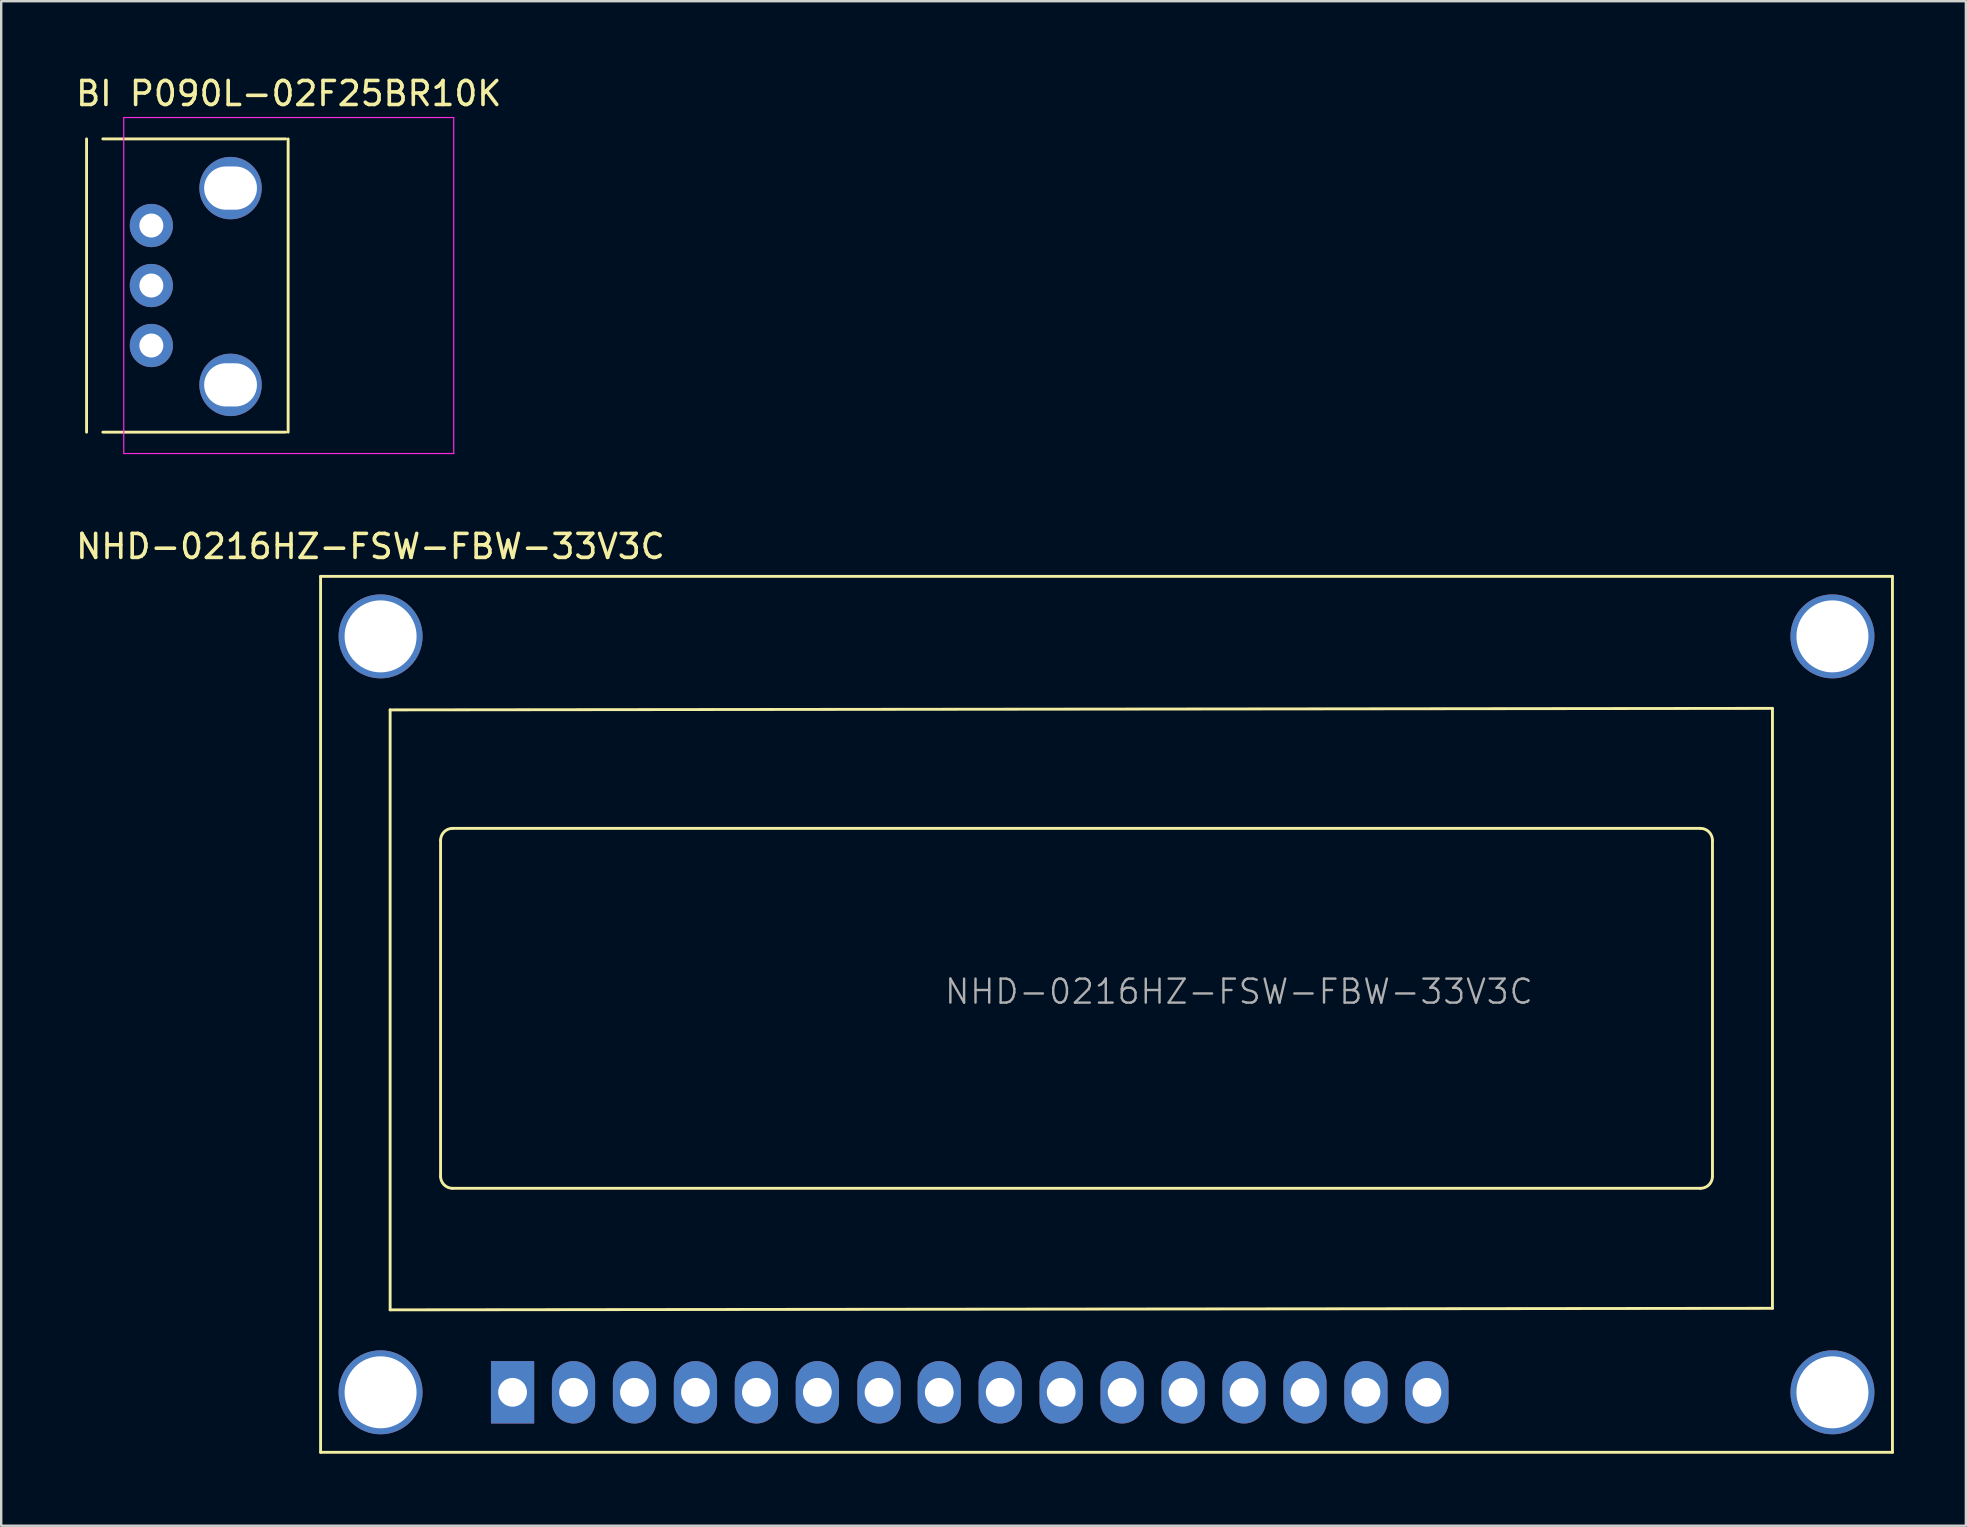
<source format=kicad_pcb>
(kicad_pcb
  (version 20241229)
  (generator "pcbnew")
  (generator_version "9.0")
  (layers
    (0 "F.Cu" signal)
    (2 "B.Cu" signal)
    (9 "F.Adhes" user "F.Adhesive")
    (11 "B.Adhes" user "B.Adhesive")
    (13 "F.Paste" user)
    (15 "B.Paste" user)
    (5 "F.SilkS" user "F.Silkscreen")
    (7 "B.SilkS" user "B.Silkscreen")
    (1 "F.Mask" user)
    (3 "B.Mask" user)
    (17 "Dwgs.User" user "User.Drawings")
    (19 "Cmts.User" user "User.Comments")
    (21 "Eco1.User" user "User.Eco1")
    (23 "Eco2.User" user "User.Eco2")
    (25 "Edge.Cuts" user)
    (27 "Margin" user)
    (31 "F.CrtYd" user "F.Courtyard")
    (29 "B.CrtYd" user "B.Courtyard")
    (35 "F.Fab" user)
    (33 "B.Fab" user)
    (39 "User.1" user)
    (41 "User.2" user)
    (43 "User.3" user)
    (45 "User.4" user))
  (footprint "NHD-0216HZ-FSW-FBW-33V3C"
    (layer "F.Cu")
    (at 12.809 23.468)
    (property "Reference" "NHD-0216HZ-FSW-FBW-33V3C" (at -0.422 -3.747 0) (layer "F.SilkS") (effects (font (size 1 1) (thickness 0.15))))
    (attr through_hole)
    (fp_line (start -2.5 -2.5) (end -2.5 34) (stroke (width 0.12) (type solid)) (layer "F.SilkS"))
    (fp_line (start -2.5 34) (end 63 34) (stroke (width 0.12) (type solid)) (layer "F.SilkS"))
    (fp_line (start 0.398 3.063) (end 58 3) (stroke (width 0.12) (type solid)) (layer "F.SilkS"))
    (fp_line (start 0.398 28.064) (end 0.398 3.063) (stroke (width 0.12) (type solid)) (layer "F.SilkS"))
    (fp_line (start 2.5 22.5) (end 2.5 8.501) (stroke (width 0.12) (type solid)) (layer "F.SilkS"))
    (fp_line (start 3 8) (end 55 8) (stroke (width 0.12) (type solid)) (layer "F.SilkS"))
    (fp_line (start 55 23) (end 3 23) (stroke (width 0.12) (type solid)) (layer "F.SilkS"))
    (fp_line (start 55.5 8.5) (end 55.5 22.5) (stroke (width 0.12) (type solid)) (layer "F.SilkS"))
    (fp_line (start 58 3) (end 58 28) (stroke (width 0.12) (type solid)) (layer "F.SilkS"))
    (fp_line (start 58 28) (end 0.398 28.064) (stroke (width 0.12) (type solid)) (layer "F.SilkS"))
    (fp_line (start 63 -2.5) (end -2.5 -2.5) (stroke (width 0.12) (type solid)) (layer "F.SilkS"))
    (fp_line (start 63 34) (end 63 -2.5) (stroke (width 0.12) (type solid)) (layer "F.SilkS"))
    (fp_arc (start 2.5 8.5) (mid 2.646558 8.146178) (end 3.00038 7.99962) (stroke (width 0.12) (type solid)) (layer "F.SilkS"))
    (fp_arc (start 3 23) (mid 2.646178 22.853442) (end 2.49962 22.49962) (stroke (width 0.12) (type solid)) (layer "F.SilkS"))
    (fp_arc (start 55 8) (mid 55.353553 8.146447) (end 55.5 8.5) (stroke (width 0.12) (type solid)) (layer "F.SilkS"))
    (fp_arc (start 55.50038 22.49962) (mid 55.353822 22.853442) (end 55 23) (stroke (width 0.12) (type solid)) (layer "F.SilkS"))
    (fp_text user "${REFERENCE}" (at 35.767 14.803 0) (layer "F.Fab") (effects (font (size 1 1) (thickness 0.1))))
    (pad "" thru_hole circle (at 0 0 270) (size 3.5 3.5) (drill 3) (layers "*.Cu" "*.Mask"))
    (pad "" thru_hole circle (at 0 31.5) (size 3.5 3.5) (drill 3) (layers "*.Cu" "*.Mask"))
    (pad "" thru_hole circle (at 60.5 0) (size 3.5 3.5) (drill 3) (layers "*.Cu" "*.Mask"))
    (pad "" thru_hole circle (at 60.5 31.5) (size 3.5 3.5) (drill 3) (layers "*.Cu" "*.Mask"))
    (pad "1" thru_hole rect (at 5.5 31.5) (size 1.8 2.6) (drill 1.2) (layers "*.Cu" "*.Mask"))
    (pad "2" thru_hole oval (at 8.04 31.5) (size 1.8 2.6) (drill 1.2) (layers "*.Cu" "*.Mask"))
    (pad "3" thru_hole oval (at 10.58 31.5) (size 1.8 2.6) (drill 1.2) (layers "*.Cu" "*.Mask"))
    (pad "4" thru_hole oval (at 13.12 31.5) (size 1.8 2.6) (drill 1.2) (layers "*.Cu" "*.Mask"))
    (pad "5" thru_hole oval (at 15.66 31.5) (size 1.8 2.6) (drill 1.2) (layers "*.Cu" "*.Mask"))
    (pad "6" thru_hole oval (at 18.2 31.5) (size 1.8 2.6) (drill 1.2) (layers "*.Cu" "*.Mask"))
    (pad "7" thru_hole oval (at 20.77 31.5) (size 1.8 2.6) (drill 1.2) (layers "*.Cu" "*.Mask"))
    (pad "8" thru_hole oval (at 23.28 31.5) (size 1.8 2.6) (drill 1.2) (layers "*.Cu" "*.Mask"))
    (pad "9" thru_hole oval (at 25.82 31.5) (size 1.8 2.6) (drill 1.2) (layers "*.Cu" "*.Mask"))
    (pad "10" thru_hole oval (at 28.36 31.5) (size 1.8 2.6) (drill 1.2) (layers "*.Cu" "*.Mask"))
    (pad "11" thru_hole oval (at 30.9 31.5) (size 1.8 2.6) (drill 1.2) (layers "*.Cu" "*.Mask"))
    (pad "12" thru_hole oval (at 33.44 31.5) (size 1.8 2.6) (drill 1.2) (layers "*.Cu" "*.Mask"))
    (pad "13" thru_hole oval (at 35.98 31.5) (size 1.8 2.6) (drill 1.2) (layers "*.Cu" "*.Mask"))
    (pad "14" thru_hole oval (at 38.52 31.5) (size 1.8 2.6) (drill 1.2) (layers "*.Cu" "*.Mask"))
    (pad "15" thru_hole oval (at 41.06 31.5) (size 1.8 2.6) (drill 1.2) (layers "*.Cu" "*.Mask"))
    (pad "16" thru_hole oval (at 43.6 31.5) (size 1.8 2.6) (drill 1.2) (layers "*.Cu" "*.Mask")))
  (footprint "BI P090L-02F25BR10K"
    (layer "F.Cu")
    (at 6.557 4.788)
    (property "Reference" "BI P090L-02F25BR10K" (at 2.425 -3.94 0) (layer "F.SilkS") (effects (font (size 1 1) (thickness 0.15))))
    (attr through_hole)
    (fp_line (start -6 -2.05) (end -6 10.17) (stroke (width 0.12) (type solid)) (layer "F.SilkS"))
    (fp_line (start -5.322 -2.05) (end 2.298 -2.05) (stroke (width 0.12) (type solid)) (layer "F.SilkS"))
    (fp_line (start -5.322 10.17) (end 2.298 10.17) (stroke (width 0.12) (type solid)) (layer "F.SilkS"))
    (fp_line (start 2.4 -2.05) (end 2.4 10.17) (stroke (width 0.12) (type solid)) (layer "F.SilkS"))
    (fp_line (start -4.45 -2.94) (end -4.45 11.06) (stroke (width 0.05) (type solid)) (layer "F.CrtYd"))
    (fp_line (start -4.45 11.06) (end 9.3 11.06) (stroke (width 0.05) (type solid)) (layer "F.CrtYd"))
    (fp_line (start 9.3 -2.94) (end -4.45 -2.94) (stroke (width 0.05) (type solid)) (layer "F.CrtYd"))
    (fp_line (start 9.3 11.06) (end 9.3 -2.94) (stroke (width 0.05) (type solid)) (layer "F.CrtYd"))
    (pad "0" thru_hole circle (at 0 0) (size 2.6 2.6) (drill oval 2.2 1.8) (layers "*.Cu" "*.Mask"))
    (pad "0" thru_hole circle (at 0 8.2) (size 2.6 2.6) (drill oval 2.2 1.8) (layers "*.Cu" "*.Mask"))
    (pad "1" thru_hole circle (at -3.3 1.56) (size 1.8 1.8) (drill 1) (layers "*.Cu" "*.Mask"))
    (pad "2" thru_hole circle (at -3.3 4.06) (size 1.8 1.8) (drill 1) (layers "*.Cu" "*.Mask"))
    (pad "3" thru_hole circle (at -3.3 6.56) (size 1.8 1.8) (drill 1) (layers "*.Cu" "*.Mask")))
  (gr_rect
    (start -3 -3)
    (end 78.869 60.528)
    (stroke (width 0.1) (type default))
    (fill no)
    (layer "Edge.Cuts")))
</source>
